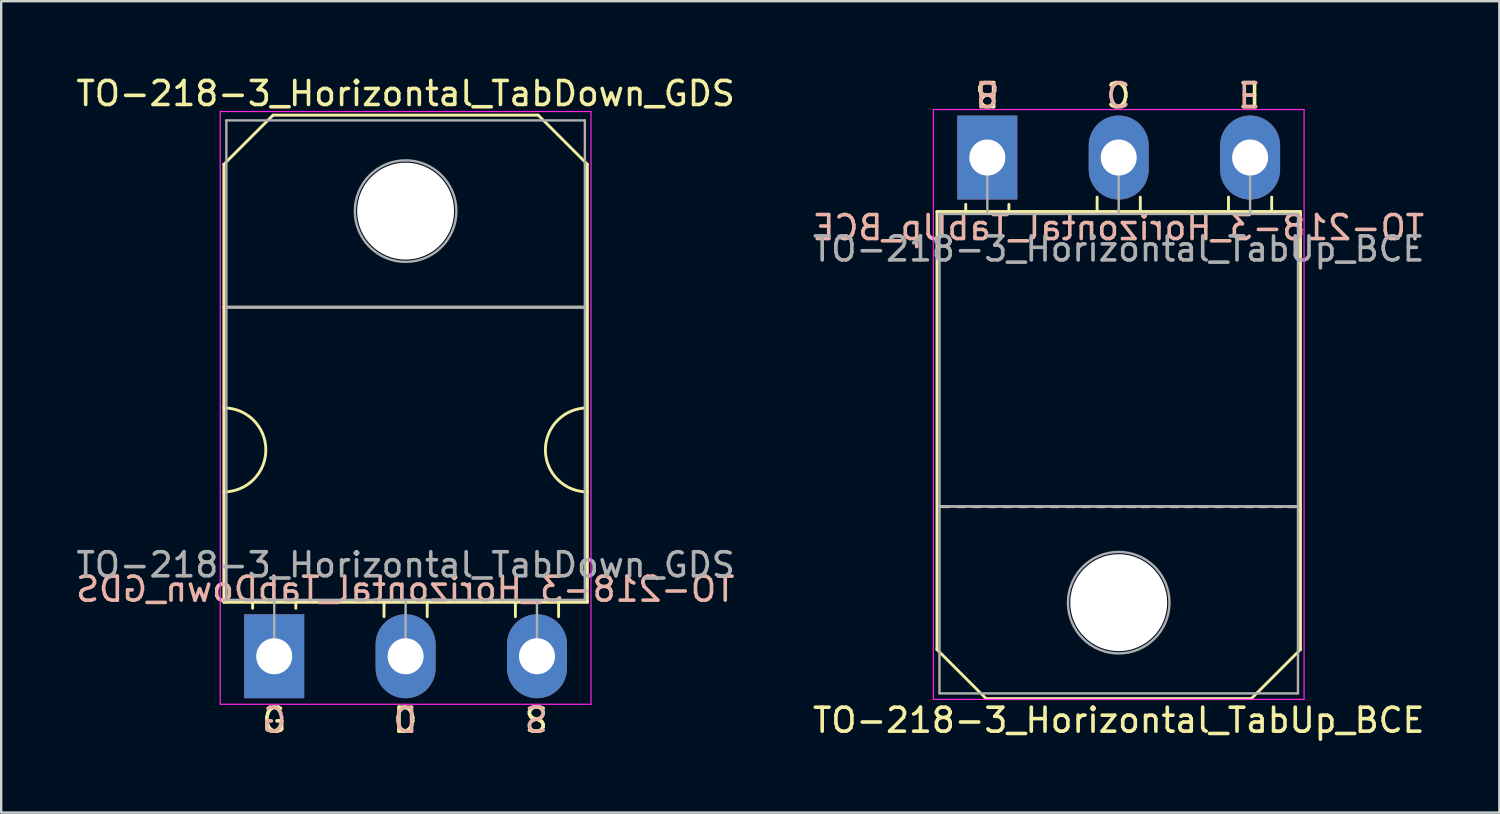
<source format=kicad_pcb>
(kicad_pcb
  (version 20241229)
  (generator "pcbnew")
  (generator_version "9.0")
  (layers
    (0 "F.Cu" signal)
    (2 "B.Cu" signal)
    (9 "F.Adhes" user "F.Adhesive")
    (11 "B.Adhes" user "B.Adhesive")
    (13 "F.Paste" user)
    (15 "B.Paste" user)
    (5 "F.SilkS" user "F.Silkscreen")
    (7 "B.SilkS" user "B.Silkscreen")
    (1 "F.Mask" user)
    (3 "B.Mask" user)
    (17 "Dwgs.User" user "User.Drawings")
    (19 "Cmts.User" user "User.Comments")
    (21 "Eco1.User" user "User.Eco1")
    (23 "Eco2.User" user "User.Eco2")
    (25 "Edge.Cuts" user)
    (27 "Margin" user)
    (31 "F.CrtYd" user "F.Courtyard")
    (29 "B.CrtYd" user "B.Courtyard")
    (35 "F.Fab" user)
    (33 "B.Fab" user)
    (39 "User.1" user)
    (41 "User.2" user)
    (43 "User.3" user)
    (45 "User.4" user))
  (footprint "TO-218-3_Horizontal_TabUp_BCE"
    (layer "F.Cu")
    (at 38.095 3.515)
    (property "Reference" "TO-218-3_Horizontal_TabUp_BCE" (at 5.475 23.45 0) (layer "F.SilkS") (effects (font (size 1 1) (thickness 0.15))))
    (fp_line (start -2.1 2.25) (end 13.05 2.25) (stroke (width 0.12) (type solid)) (layer "F.SilkS"))
    (fp_line (start -2.1 20.5) (end -2.1 2.25) (stroke (width 0.12) (type solid)) (layer "F.SilkS"))
    (fp_line (start -2.1 20.5) (end -0.05 22.55) (stroke (width 0.12) (type solid)) (layer "F.SilkS"))
    (fp_line (start -1.6 14.55) (end -1.9 14.55) (stroke (width 0.12) (type solid)) (layer "F.SilkS"))
    (fp_line (start -0.95 14.55) (end -1.25 14.55) (stroke (width 0.12) (type solid)) (layer "F.SilkS"))
    (fp_line (start -0.9 2.2) (end -0.9 1.95) (stroke (width 0.12) (type solid)) (layer "F.SilkS"))
    (fp_line (start -0.3 14.55) (end -0.6 14.55) (stroke (width 0.12) (type solid)) (layer "F.SilkS"))
    (fp_line (start 0.35 14.55) (end 0.05 14.55) (stroke (width 0.12) (type solid)) (layer "F.SilkS"))
    (fp_line (start 0.9 2.2) (end 0.9 1.95) (stroke (width 0.12) (type solid)) (layer "F.SilkS"))
    (fp_line (start 1 14.55) (end 0.7 14.55) (stroke (width 0.12) (type solid)) (layer "F.SilkS"))
    (fp_line (start 1.65 14.55) (end 1.35 14.55) (stroke (width 0.12) (type solid)) (layer "F.SilkS"))
    (fp_line (start 2.3 14.55) (end 2 14.55) (stroke (width 0.12) (type solid)) (layer "F.SilkS"))
    (fp_line (start 2.95 14.55) (end 2.65 14.55) (stroke (width 0.12) (type solid)) (layer "F.SilkS"))
    (fp_line (start 3.6 14.55) (end 3.3 14.55) (stroke (width 0.12) (type solid)) (layer "F.SilkS"))
    (fp_line (start 4.25 14.55) (end 3.95 14.55) (stroke (width 0.12) (type solid)) (layer "F.SilkS"))
    (fp_line (start 4.575 2.2) (end 4.575 1.65) (stroke (width 0.12) (type solid)) (layer "F.SilkS"))
    (fp_line (start 4.9 14.55) (end 4.6 14.55) (stroke (width 0.12) (type solid)) (layer "F.SilkS"))
    (fp_line (start 5.55 14.55) (end 5.25 14.55) (stroke (width 0.12) (type solid)) (layer "F.SilkS"))
    (fp_line (start 6.15 14.55) (end 5.85 14.55) (stroke (width 0.12) (type solid)) (layer "F.SilkS"))
    (fp_line (start 6.375 2.2) (end 6.375 1.65) (stroke (width 0.12) (type solid)) (layer "F.SilkS"))
    (fp_line (start 6.75 14.55) (end 6.45 14.55) (stroke (width 0.12) (type solid)) (layer "F.SilkS"))
    (fp_line (start 7.35 14.55) (end 7.05 14.55) (stroke (width 0.12) (type solid)) (layer "F.SilkS"))
    (fp_line (start 7.95 14.55) (end 7.65 14.55) (stroke (width 0.12) (type solid)) (layer "F.SilkS"))
    (fp_line (start 8.55 14.55) (end 8.25 14.55) (stroke (width 0.12) (type solid)) (layer "F.SilkS"))
    (fp_line (start 9.15 14.55) (end 8.85 14.55) (stroke (width 0.12) (type solid)) (layer "F.SilkS"))
    (fp_line (start 9.8 14.55) (end 9.5 14.55) (stroke (width 0.12) (type solid)) (layer "F.SilkS"))
    (fp_line (start 10.05 2.2) (end 10.05 1.65) (stroke (width 0.12) (type solid)) (layer "F.SilkS"))
    (fp_line (start 10.45 14.55) (end 10.15 14.55) (stroke (width 0.12) (type solid)) (layer "F.SilkS"))
    (fp_line (start 11 22.55) (end -0.05 22.55) (stroke (width 0.12) (type solid)) (layer "F.SilkS"))
    (fp_line (start 11.05 14.55) (end 10.75 14.55) (stroke (width 0.12) (type solid)) (layer "F.SilkS"))
    (fp_line (start 11.65 14.55) (end 11.35 14.55) (stroke (width 0.12) (type solid)) (layer "F.SilkS"))
    (fp_line (start 11.85 2.2) (end 11.85 1.65) (stroke (width 0.12) (type solid)) (layer "F.SilkS"))
    (fp_line (start 12.25 14.55) (end 11.95 14.55) (stroke (width 0.12) (type solid)) (layer "F.SilkS"))
    (fp_line (start 12.85 14.55) (end 12.55 14.55) (stroke (width 0.12) (type solid)) (layer "F.SilkS"))
    (fp_line (start 13.05 2.25) (end 13.05 20.5) (stroke (width 0.12) (type solid)) (layer "F.SilkS"))
    (fp_line (start 13.05 20.5) (end 11 22.55) (stroke (width 0.12) (type solid)) (layer "F.SilkS"))
    (fp_line (start -2.25 -2) (end -2.25 22.58) (stroke (width 0.05) (type solid)) (layer "F.CrtYd"))
    (fp_line (start -2.25 22.58) (end 13.2 22.58) (stroke (width 0.05) (type solid)) (layer "F.CrtYd"))
    (fp_line (start 13.2 -2) (end -2.25 -2) (stroke (width 0.05) (type solid)) (layer "F.CrtYd"))
    (fp_line (start 13.2 22.58) (end 13.2 -2) (stroke (width 0.05) (type solid)) (layer "F.CrtYd"))
    (fp_line (start -1.995 2.35) (end -1.995 14.54) (stroke (width 0.1) (type solid)) (layer "F.Fab"))
    (fp_line (start -1.995 14.54) (end -1.995 22.33) (stroke (width 0.1) (type solid)) (layer "F.Fab"))
    (fp_line (start -1.995 14.54) (end 12.945 14.54) (stroke (width 0.1) (type solid)) (layer "F.Fab"))
    (fp_line (start -1.995 22.33) (end 12.945 22.33) (stroke (width 0.1) (type solid)) (layer "F.Fab"))
    (fp_line (start 0 2.35) (end 0 0) (stroke (width 0.1) (type solid)) (layer "F.Fab"))
    (fp_line (start 5.475 2.35) (end 5.475 0) (stroke (width 0.1) (type solid)) (layer "F.Fab"))
    (fp_line (start 10.95 2.35) (end 10.95 0) (stroke (width 0.1) (type solid)) (layer "F.Fab"))
    (fp_line (start 12.945 2.35) (end -1.995 2.35) (stroke (width 0.1) (type solid)) (layer "F.Fab"))
    (fp_line (start 12.945 14.54) (end -1.995 14.54) (stroke (width 0.1) (type solid)) (layer "F.Fab"))
    (fp_line (start 12.945 14.54) (end 12.945 2.35) (stroke (width 0.1) (type solid)) (layer "F.Fab"))
    (fp_line (start 12.945 22.33) (end 12.945 14.54) (stroke (width 0.1) (type solid)) (layer "F.Fab"))
    (fp_circle (center 5.475 18.55) (end 7.59 18.55) (stroke (width 0.1) (type solid)) (fill no) (layer "F.Fab"))
    (fp_text user "C" (at 5.461 -2.667 180) (unlocked yes) (layer "F.SilkS") (effects (font (size 1 1) (thickness 0.15))))
    (fp_text user "B" (at 0 -2.667 180) (unlocked yes) (layer "F.SilkS") (effects (font (size 1 1) (thickness 0.15))))
    (fp_text user "E" (at 10.922 -2.667 180) (unlocked yes) (layer "F.SilkS") (effects (font (size 1 1) (thickness 0.15))))
    (fp_text user "B" (at 0 -2.667 180) (unlocked yes) (layer "B.SilkS") (effects (font (size 1 1) (thickness 0.15)) (justify mirror)))
    (fp_text user "${REFERENCE}" (at 5.461 2.921 0) (layer "B.SilkS") (effects (font (size 1 1) (thickness 0.15)) (justify mirror)))
    (fp_text user "E" (at 10.922 -2.667 180) (unlocked yes) (layer "B.SilkS") (effects (font (size 1 1) (thickness 0.15)) (justify mirror)))
    (fp_text user "C" (at 5.461 -2.667 180) (unlocked yes) (layer "B.SilkS") (effects (font (size 1 1) (thickness 0.15)) (justify mirror)))
    (fp_text user "${REFERENCE}" (at 5.475 3.81 0) (layer "F.Fab") (effects (font (size 1 1) (thickness 0.15))))
    (pad "" np_thru_hole oval (at 5.475 18.55) (size 4.04 4.04) (drill 4.04) (layers "*.Cu" "*.Mask"))
    (pad "1" thru_hole rect (at 0 0) (size 2.5 3.5) (drill 1.5) (layers "*.Cu" "*.Mask"))
    (pad "2" thru_hole oval (at 5.475 0) (size 2.5 3.5) (drill 1.5) (layers "*.Cu" "*.Mask"))
    (pad "3" thru_hole oval (at 10.95 0) (size 2.5 3.5) (drill 1.5) (layers "*.Cu" "*.Mask")))
  (footprint "TO-218-3_Horizontal_TabDown_GDS"
    (layer "F.Cu")
    (at 8.378 24.298)
    (property "Reference" "TO-218-3_Horizontal_TabDown_GDS" (at 5.475 -23.45 0) (layer "F.SilkS") (effects (font (size 1 1) (thickness 0.15))))
    (fp_line (start -2.1 -20.5) (end -0.05 -22.55) (stroke (width 0.12) (type solid)) (layer "F.SilkS"))
    (fp_line (start -2.1 -14.55) (end 13.05 -14.55) (stroke (width 0.12) (type solid)) (layer "F.SilkS"))
    (fp_line (start -2.1 -2.25) (end -2.1 -20.5) (stroke (width 0.12) (type solid)) (layer "F.SilkS"))
    (fp_line (start -0.9 -2.2) (end -0.9 -2) (stroke (width 0.12) (type solid)) (layer "F.SilkS"))
    (fp_line (start -0.05 -22.55) (end 11 -22.55) (stroke (width 0.12) (type solid)) (layer "F.SilkS"))
    (fp_line (start 0.9 -2.2) (end 0.9 -2) (stroke (width 0.12) (type solid)) (layer "F.SilkS"))
    (fp_line (start 4.575 -2.2) (end 4.575 -1.65) (stroke (width 0.12) (type solid)) (layer "F.SilkS"))
    (fp_line (start 6.375 -2.2) (end 6.375 -1.65) (stroke (width 0.12) (type solid)) (layer "F.SilkS"))
    (fp_line (start 10.05 -2.2) (end 10.05 -1.65) (stroke (width 0.12) (type solid)) (layer "F.SilkS"))
    (fp_line (start 11.85 -2.2) (end 11.85 -1.65) (stroke (width 0.12) (type solid)) (layer "F.SilkS"))
    (fp_line (start 13.05 -20.5) (end 11 -22.55) (stroke (width 0.12) (type solid)) (layer "F.SilkS"))
    (fp_line (start 13.05 -20.5) (end 13.05 -2.25) (stroke (width 0.12) (type solid)) (layer "F.SilkS"))
    (fp_line (start 13.05 -2.25) (end -2.1 -2.25) (stroke (width 0.12) (type solid)) (layer "F.SilkS"))
    (fp_arc (start -2.1 -10.35) (mid -0.35 -8.6) (end -2.1 -6.85) (stroke (width 0.12) (type solid)) (layer "F.SilkS"))
    (fp_arc (start 13.05 -6.85) (mid 11.3 -8.6) (end 13.05 -10.35) (stroke (width 0.12) (type solid)) (layer "F.SilkS"))
    (fp_line (start -2.25 -22.7) (end -2.25 2) (stroke (width 0.05) (type solid)) (layer "F.CrtYd"))
    (fp_line (start -2.25 2) (end 13.2 2) (stroke (width 0.05) (type solid)) (layer "F.CrtYd"))
    (fp_line (start 13.2 -22.7) (end -2.25 -22.7) (stroke (width 0.05) (type solid)) (layer "F.CrtYd"))
    (fp_line (start 13.2 2) (end 13.2 -22.7) (stroke (width 0.05) (type solid)) (layer "F.CrtYd"))
    (fp_line (start -1.995 -22.33) (end 12.945 -22.33) (stroke (width 0.1) (type solid)) (layer "F.Fab"))
    (fp_line (start -1.995 -14.54) (end -1.995 -22.33) (stroke (width 0.1) (type solid)) (layer "F.Fab"))
    (fp_line (start -1.995 -14.54) (end 12.945 -14.54) (stroke (width 0.1) (type solid)) (layer "F.Fab"))
    (fp_line (start -1.995 -2.35) (end -1.995 -14.54) (stroke (width 0.1) (type solid)) (layer "F.Fab"))
    (fp_line (start 0 -2.35) (end 0 0) (stroke (width 0.1) (type solid)) (layer "F.Fab"))
    (fp_line (start 5.475 -2.35) (end 5.475 0) (stroke (width 0.1) (type solid)) (layer "F.Fab"))
    (fp_line (start 10.95 -2.35) (end 10.95 0) (stroke (width 0.1) (type solid)) (layer "F.Fab"))
    (fp_line (start 12.945 -22.33) (end 12.945 -14.54) (stroke (width 0.1) (type solid)) (layer "F.Fab"))
    (fp_line (start 12.945 -14.54) (end -1.995 -14.54) (stroke (width 0.1) (type solid)) (layer "F.Fab"))
    (fp_line (start 12.945 -14.54) (end 12.945 -2.35) (stroke (width 0.1) (type solid)) (layer "F.Fab"))
    (fp_line (start 12.945 -2.35) (end -1.995 -2.35) (stroke (width 0.1) (type solid)) (layer "F.Fab"))
    (fp_circle (center 5.475 -18.55) (end 7.59 -18.55) (stroke (width 0.1) (type solid)) (fill no) (layer "F.Fab"))
    (fp_text user "S" (at 10.922 2.667 0) (unlocked yes) (layer "F.SilkS") (effects (font (size 1 1) (thickness 0.15))))
    (fp_text user "D" (at 5.461 2.667 0) (unlocked yes) (layer "F.SilkS") (effects (font (size 1 1) (thickness 0.15))))
    (fp_text user "G" (at 0 2.667 0) (unlocked yes) (layer "F.SilkS") (effects (font (size 1 1) (thickness 0.15))))
    (fp_text user "G" (at 0 2.667 0) (unlocked yes) (layer "B.SilkS") (effects (font (size 1 1) (thickness 0.15)) (justify mirror)))
    (fp_text user "D" (at 5.461 2.667 0) (unlocked yes) (layer "B.SilkS") (effects (font (size 1 1) (thickness 0.15)) (justify mirror)))
    (fp_text user "${REFERENCE}" (at 5.461 -2.794 0) (layer "B.SilkS") (effects (font (size 1 1) (thickness 0.15)) (justify mirror)))
    (fp_text user "S" (at 10.922 2.667 0) (unlocked yes) (layer "B.SilkS") (effects (font (size 1 1) (thickness 0.15)) (justify mirror)))
    (fp_text user "${REFERENCE}" (at 5.475 -3.81 0) (layer "F.Fab") (effects (font (size 1 1) (thickness 0.15))))
    (pad "" np_thru_hole oval (at 5.475 -18.55) (size 4.04 4.04) (drill 4.04) (layers "*.Cu" "*.Mask"))
    (pad "1" thru_hole rect (at 0 0) (size 2.5 3.5) (drill 1.5) (layers "*.Cu" "*.Mask"))
    (pad "2" thru_hole oval (at 5.475 0) (size 2.5 3.5) (drill 1.5) (layers "*.Cu" "*.Mask"))
    (pad "3" thru_hole oval (at 10.95 0) (size 2.5 3.5) (drill 1.5) (layers "*.Cu" "*.Mask")))
  (gr_rect
    (start -3 -3)
    (end 59.433 30.814)
    (stroke (width 0.1) (type default))
    (fill no)
    (layer "Edge.Cuts")))
</source>
